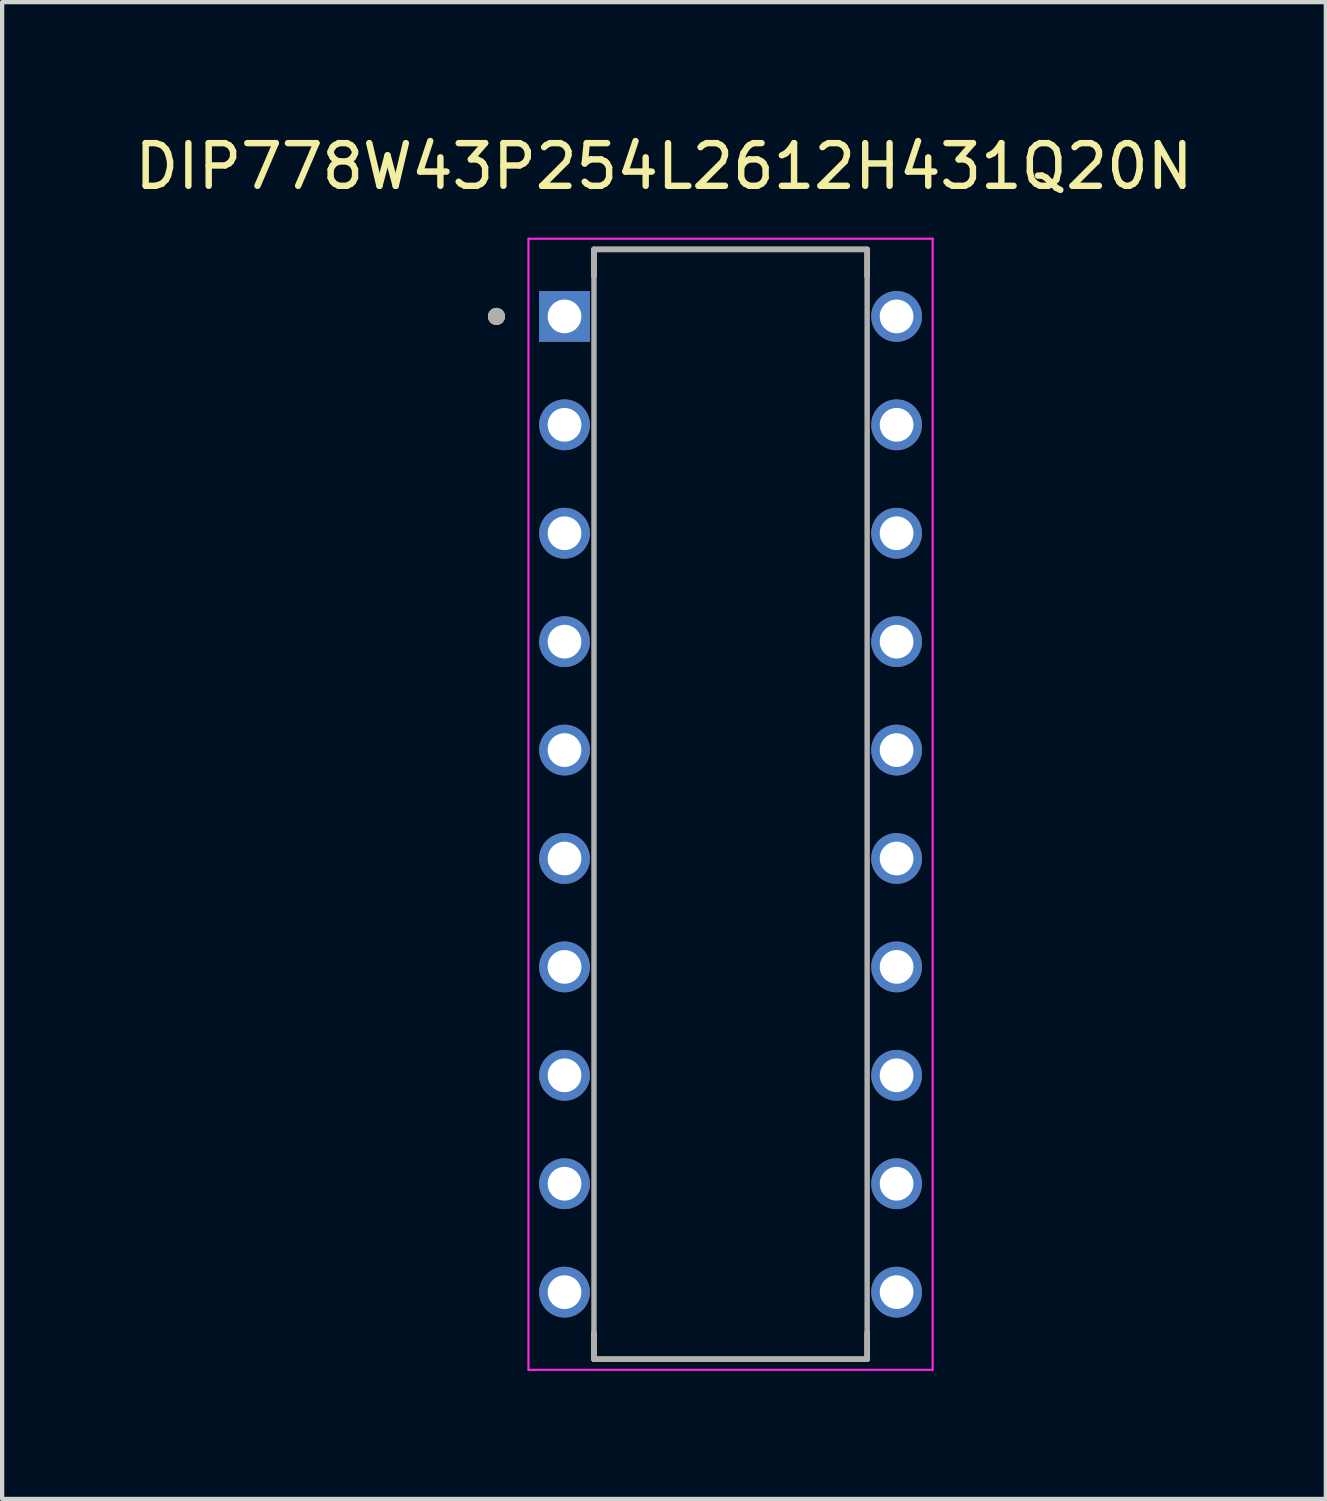
<source format=kicad_pcb>
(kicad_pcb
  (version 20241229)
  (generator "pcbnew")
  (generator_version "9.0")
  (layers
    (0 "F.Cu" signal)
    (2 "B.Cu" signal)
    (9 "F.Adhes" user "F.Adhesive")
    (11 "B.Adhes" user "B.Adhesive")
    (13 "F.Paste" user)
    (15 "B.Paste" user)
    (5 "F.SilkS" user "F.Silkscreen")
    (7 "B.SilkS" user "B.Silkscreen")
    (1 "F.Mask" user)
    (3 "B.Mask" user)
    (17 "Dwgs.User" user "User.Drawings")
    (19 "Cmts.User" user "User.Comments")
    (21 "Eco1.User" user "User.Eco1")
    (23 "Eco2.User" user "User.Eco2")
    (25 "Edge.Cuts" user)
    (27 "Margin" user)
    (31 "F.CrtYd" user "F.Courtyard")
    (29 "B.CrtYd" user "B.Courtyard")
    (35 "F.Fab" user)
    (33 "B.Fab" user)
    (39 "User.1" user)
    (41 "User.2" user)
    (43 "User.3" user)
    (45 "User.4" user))
  (footprint "DIP778W43P254L2612H431Q20N"
    (layer "F.Cu")
    (at 14.066 15.793)
    (property "Reference" "DIP778W43P254L2612H431Q20N" (at -1.56 -14.945 0) (layer "F.SilkS") (effects (font (size 1 1) (thickness 0.15))))
    (attr through_hole)
    (fp_line (start -3.2 -13) (end 3.2 -13) (stroke (width 0.127) (type solid)) (layer "F.SilkS"))
    (fp_line (start -3.2 -12.375) (end -3.2 -13) (stroke (width 0.127) (type solid)) (layer "F.SilkS"))
    (fp_line (start -3.2 13) (end -3.2 12.375) (stroke (width 0.127) (type solid)) (layer "F.SilkS"))
    (fp_line (start 3.2 -13) (end 3.2 -12.375) (stroke (width 0.127) (type solid)) (layer "F.SilkS"))
    (fp_line (start 3.2 13) (end -3.2 13) (stroke (width 0.127) (type solid)) (layer "F.SilkS"))
    (fp_line (start 3.2 13) (end 3.2 12.375) (stroke (width 0.127) (type solid)) (layer "F.SilkS"))
    (fp_circle (center -5.485 -11.43) (end -5.385 -11.43) (stroke (width 0.2) (type solid)) (fill no) (layer "F.SilkS"))
    (fp_line (start -4.735 -13.25) (end -4.735 13.25) (stroke (width 0.05) (type solid)) (layer "F.CrtYd"))
    (fp_line (start -4.735 13.25) (end 4.735 13.25) (stroke (width 0.05) (type solid)) (layer "F.CrtYd"))
    (fp_line (start 4.735 -13.25) (end -4.735 -13.25) (stroke (width 0.05) (type solid)) (layer "F.CrtYd"))
    (fp_line (start 4.735 13.25) (end 4.735 -13.25) (stroke (width 0.05) (type solid)) (layer "F.CrtYd"))
    (fp_line (start -3.2 -13) (end 3.2 -13) (stroke (width 0.127) (type solid)) (layer "F.Fab"))
    (fp_line (start -3.2 13) (end -3.2 -13) (stroke (width 0.127) (type solid)) (layer "F.Fab"))
    (fp_line (start 3.2 -13) (end 3.2 13) (stroke (width 0.127) (type solid)) (layer "F.Fab"))
    (fp_line (start 3.2 13) (end -3.2 13) (stroke (width 0.127) (type solid)) (layer "F.Fab"))
    (fp_circle (center -5.485 -11.43) (end -5.385 -11.43) (stroke (width 0.2) (type solid)) (fill no) (layer "F.Fab"))
    (pad "1" thru_hole rect (at -3.89 -11.43) (size 1.19 1.19) (drill 0.79) (layers "*.Cu" "*.Mask"))
    (pad "2" thru_hole circle (at -3.89 -8.89) (size 1.19 1.19) (drill 0.79) (layers "*.Cu" "*.Mask"))
    (pad "3" thru_hole circle (at -3.89 -6.35) (size 1.19 1.19) (drill 0.79) (layers "*.Cu" "*.Mask"))
    (pad "4" thru_hole circle (at -3.89 -3.81) (size 1.19 1.19) (drill 0.79) (layers "*.Cu" "*.Mask"))
    (pad "5" thru_hole circle (at -3.89 -1.27) (size 1.19 1.19) (drill 0.79) (layers "*.Cu" "*.Mask"))
    (pad "6" thru_hole circle (at -3.89 1.27) (size 1.19 1.19) (drill 0.79) (layers "*.Cu" "*.Mask"))
    (pad "7" thru_hole circle (at -3.89 3.81) (size 1.19 1.19) (drill 0.79) (layers "*.Cu" "*.Mask"))
    (pad "8" thru_hole circle (at -3.89 6.35) (size 1.19 1.19) (drill 0.79) (layers "*.Cu" "*.Mask"))
    (pad "9" thru_hole circle (at -3.89 8.89) (size 1.19 1.19) (drill 0.79) (layers "*.Cu" "*.Mask"))
    (pad "10" thru_hole circle (at -3.89 11.43) (size 1.19 1.19) (drill 0.79) (layers "*.Cu" "*.Mask"))
    (pad "11" thru_hole circle (at 3.89 11.43) (size 1.19 1.19) (drill 0.79) (layers "*.Cu" "*.Mask"))
    (pad "12" thru_hole circle (at 3.89 8.89) (size 1.19 1.19) (drill 0.79) (layers "*.Cu" "*.Mask"))
    (pad "13" thru_hole circle (at 3.89 6.35) (size 1.19 1.19) (drill 0.79) (layers "*.Cu" "*.Mask"))
    (pad "14" thru_hole circle (at 3.89 3.81) (size 1.19 1.19) (drill 0.79) (layers "*.Cu" "*.Mask"))
    (pad "15" thru_hole circle (at 3.89 1.27) (size 1.19 1.19) (drill 0.79) (layers "*.Cu" "*.Mask"))
    (pad "16" thru_hole circle (at 3.89 -1.27) (size 1.19 1.19) (drill 0.79) (layers "*.Cu" "*.Mask"))
    (pad "17" thru_hole circle (at 3.89 -3.81) (size 1.19 1.19) (drill 0.79) (layers "*.Cu" "*.Mask"))
    (pad "18" thru_hole circle (at 3.89 -6.35) (size 1.19 1.19) (drill 0.79) (layers "*.Cu" "*.Mask"))
    (pad "19" thru_hole circle (at 3.89 -8.89) (size 1.19 1.19) (drill 0.79) (layers "*.Cu" "*.Mask"))
    (pad "20" thru_hole circle (at 3.89 -11.43) (size 1.19 1.19) (drill 0.79) (layers "*.Cu" "*.Mask")))
  (gr_rect
    (start -3 -3)
    (end 28.012 32.068)
    (stroke (width 0.1) (type default))
    (fill no)
    (layer "Edge.Cuts")))
</source>
